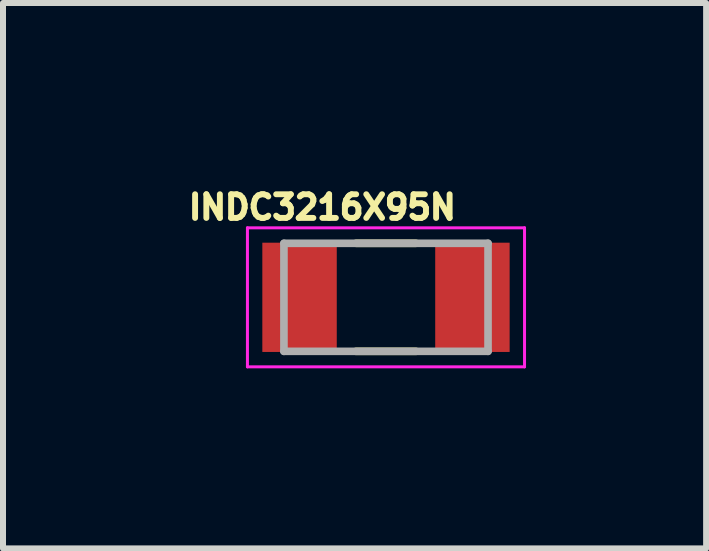
<source format=kicad_pcb>
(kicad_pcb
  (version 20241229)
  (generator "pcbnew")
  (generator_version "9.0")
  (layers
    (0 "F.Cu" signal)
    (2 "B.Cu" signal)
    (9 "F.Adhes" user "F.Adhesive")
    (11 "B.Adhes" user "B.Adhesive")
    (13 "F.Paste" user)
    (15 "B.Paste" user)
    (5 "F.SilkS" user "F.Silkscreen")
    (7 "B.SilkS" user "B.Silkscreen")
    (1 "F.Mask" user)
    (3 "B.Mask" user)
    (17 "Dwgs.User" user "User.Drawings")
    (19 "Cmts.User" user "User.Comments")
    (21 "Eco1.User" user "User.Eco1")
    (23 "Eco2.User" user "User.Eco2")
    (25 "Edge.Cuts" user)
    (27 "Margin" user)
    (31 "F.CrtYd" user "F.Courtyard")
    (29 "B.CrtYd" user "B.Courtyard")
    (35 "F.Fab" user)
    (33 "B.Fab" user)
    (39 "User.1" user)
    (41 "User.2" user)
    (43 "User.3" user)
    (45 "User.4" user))
  (footprint "INDC3216X95N"
    (layer "F.Cu")
    (at 3.38 1.903)
    (property "Reference" "INDC3216X95N" (at -1.06 -1.5 0) (layer "F.SilkS") (effects (font (size 0.394 0.394) (thickness 0.15))))
    (attr smd)
    (fp_line (start -0.5 -0.9) (end 0.5 -0.9) (stroke (width 0.127) (type solid)) (layer "F.SilkS"))
    (fp_line (start -0.5 0.9) (end 0.5 0.9) (stroke (width 0.127) (type solid)) (layer "F.SilkS"))
    (fp_line (start -2.308 -1.158) (end 2.308 -1.158) (stroke (width 0.05) (type solid)) (layer "F.CrtYd"))
    (fp_line (start -2.308 1.158) (end -2.308 -1.158) (stroke (width 0.05) (type solid)) (layer "F.CrtYd"))
    (fp_line (start -2.308 1.158) (end 2.308 1.158) (stroke (width 0.05) (type solid)) (layer "F.CrtYd"))
    (fp_line (start 2.308 1.158) (end 2.308 -1.158) (stroke (width 0.05) (type solid)) (layer "F.CrtYd"))
    (fp_line (start -1.7 0.9) (end -1.7 -0.9) (stroke (width 0.127) (type solid)) (layer "F.Fab"))
    (fp_line (start 1.7 -0.9) (end -1.7 -0.9) (stroke (width 0.127) (type solid)) (layer "F.Fab"))
    (fp_line (start 1.7 0.9) (end -1.7 0.9) (stroke (width 0.127) (type solid)) (layer "F.Fab"))
    (fp_line (start 1.7 0.9) (end 1.7 -0.9) (stroke (width 0.127) (type solid)) (layer "F.Fab"))
    (pad "1" smd rect (at -1.44 0) (size 1.24 1.82) (layers "F.Cu" "F.Mask" "F.Paste"))
    (pad "2" smd rect (at 1.44 0) (size 1.24 1.82) (layers "F.Cu" "F.Mask" "F.Paste")))
  (gr_rect
    (start -3 -3)
    (end 8.713 6.086)
    (stroke (width 0.1) (type default))
    (fill no)
    (layer "Edge.Cuts")))
</source>
